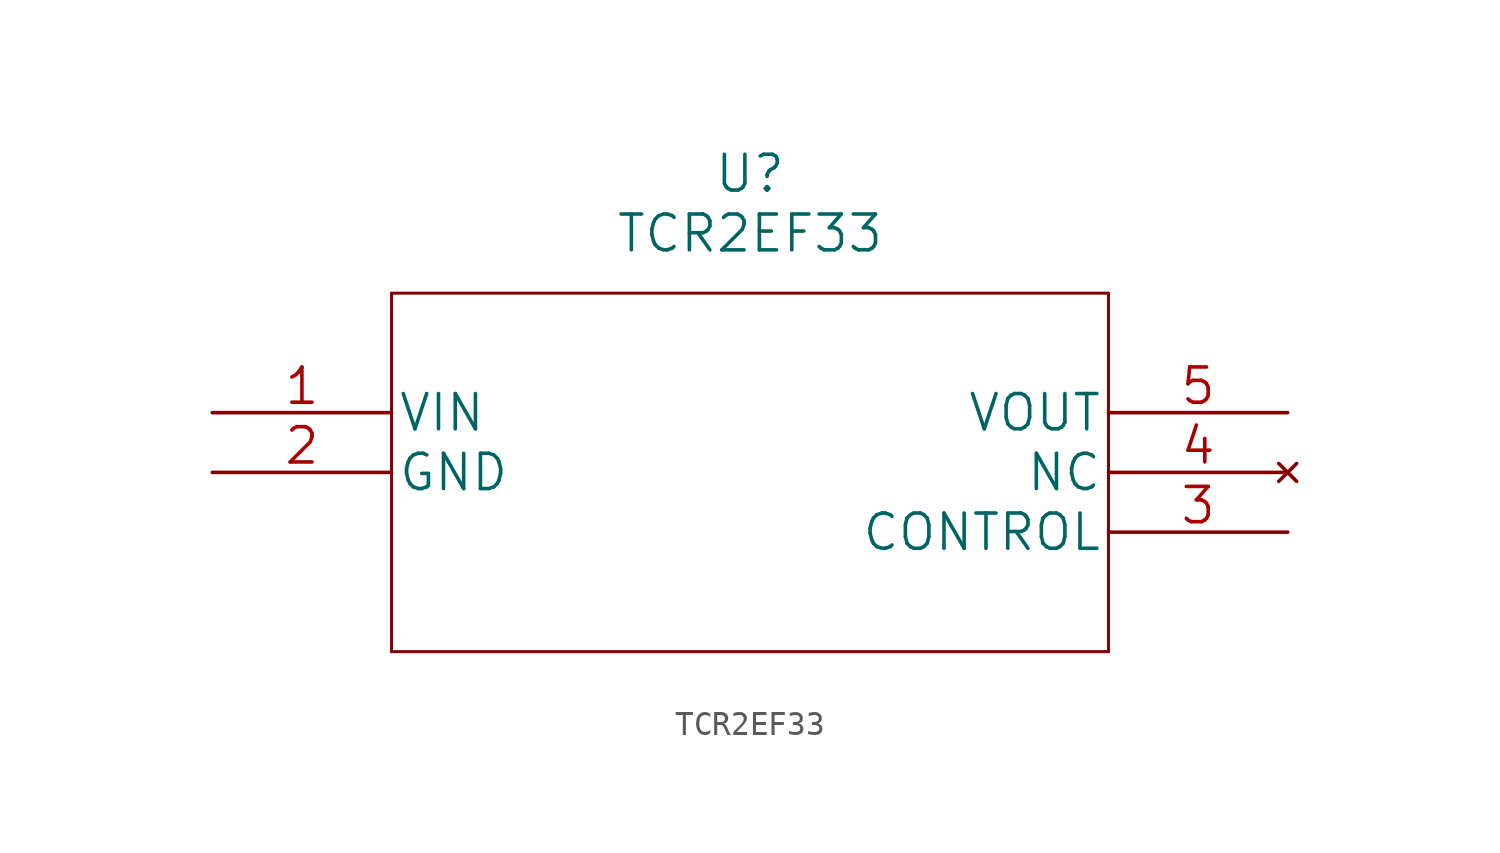
<source format=kicad_sym>
(kicad_symbol_lib
  (version 20220914)
  (generator kicad_symbol_editor)
  (symbol "TCR2EF33"
    (pin_names
      (offset 0.254))
    (property "Reference" "U"
      (at 22.86 10.16 0)
      (effects (font (size 1.524 1.524))))
    (property "Value" "TCR2EF33"
      (at 22.86 7.62 0)
      (effects (font (size 1.524 1.524))))
    (property "Datasheet" ""
      (at 0 0 0)
      (effects (font (size 1.524 1.524))))
    (property "ki_locked" ""
      (at 0 0 0)
      (effects (font (size 1.27 1.27))))
    (symbol "TCR2EF33_1_1"
      (polyline (pts (xy 7.62 -10.16) (xy 38.1 -10.16)) (stroke (width 0.127) (type solid)) (fill (type none)))
      (polyline (pts (xy 7.62 5.08) (xy 7.62 -10.16)) (stroke (width 0.127) (type solid)) (fill (type none)))
      (polyline (pts (xy 38.1 -10.16) (xy 38.1 5.08)) (stroke (width 0.127) (type solid)) (fill (type none)))
      (polyline (pts (xy 38.1 5.08) (xy 7.62 5.08)) (stroke (width 0.127) (type solid)) (fill (type none)))
      (pin power_in line (at 0 0 0) (length 7.62) (name "VIN" (effects (font (size 1.499 1.499)))) (number "1" (effects (font (size 1.499 1.499)))))
      (pin power_in line (at 0 -2.54 0) (length 7.62) (name "GND" (effects (font (size 1.499 1.499)))) (number "2" (effects (font (size 1.499 1.499)))))
      (pin unspecified line (at 45.72 -5.08 180) (length 7.62) (name "CONTROL" (effects (font (size 1.499 1.499)))) (number "3" (effects (font (size 1.499 1.499)))))
      (pin no_connect line (at 45.72 -2.54 180) (length 7.62) (name "NC" (effects (font (size 1.499 1.499)))) (number "4" (effects (font (size 1.499 1.499)))))
      (pin power_in line (at 45.72 0 180) (length 7.62) (name "VOUT" (effects (font (size 1.499 1.499)))) (number "5" (effects (font (size 1.499 1.499))))))))
</source>
